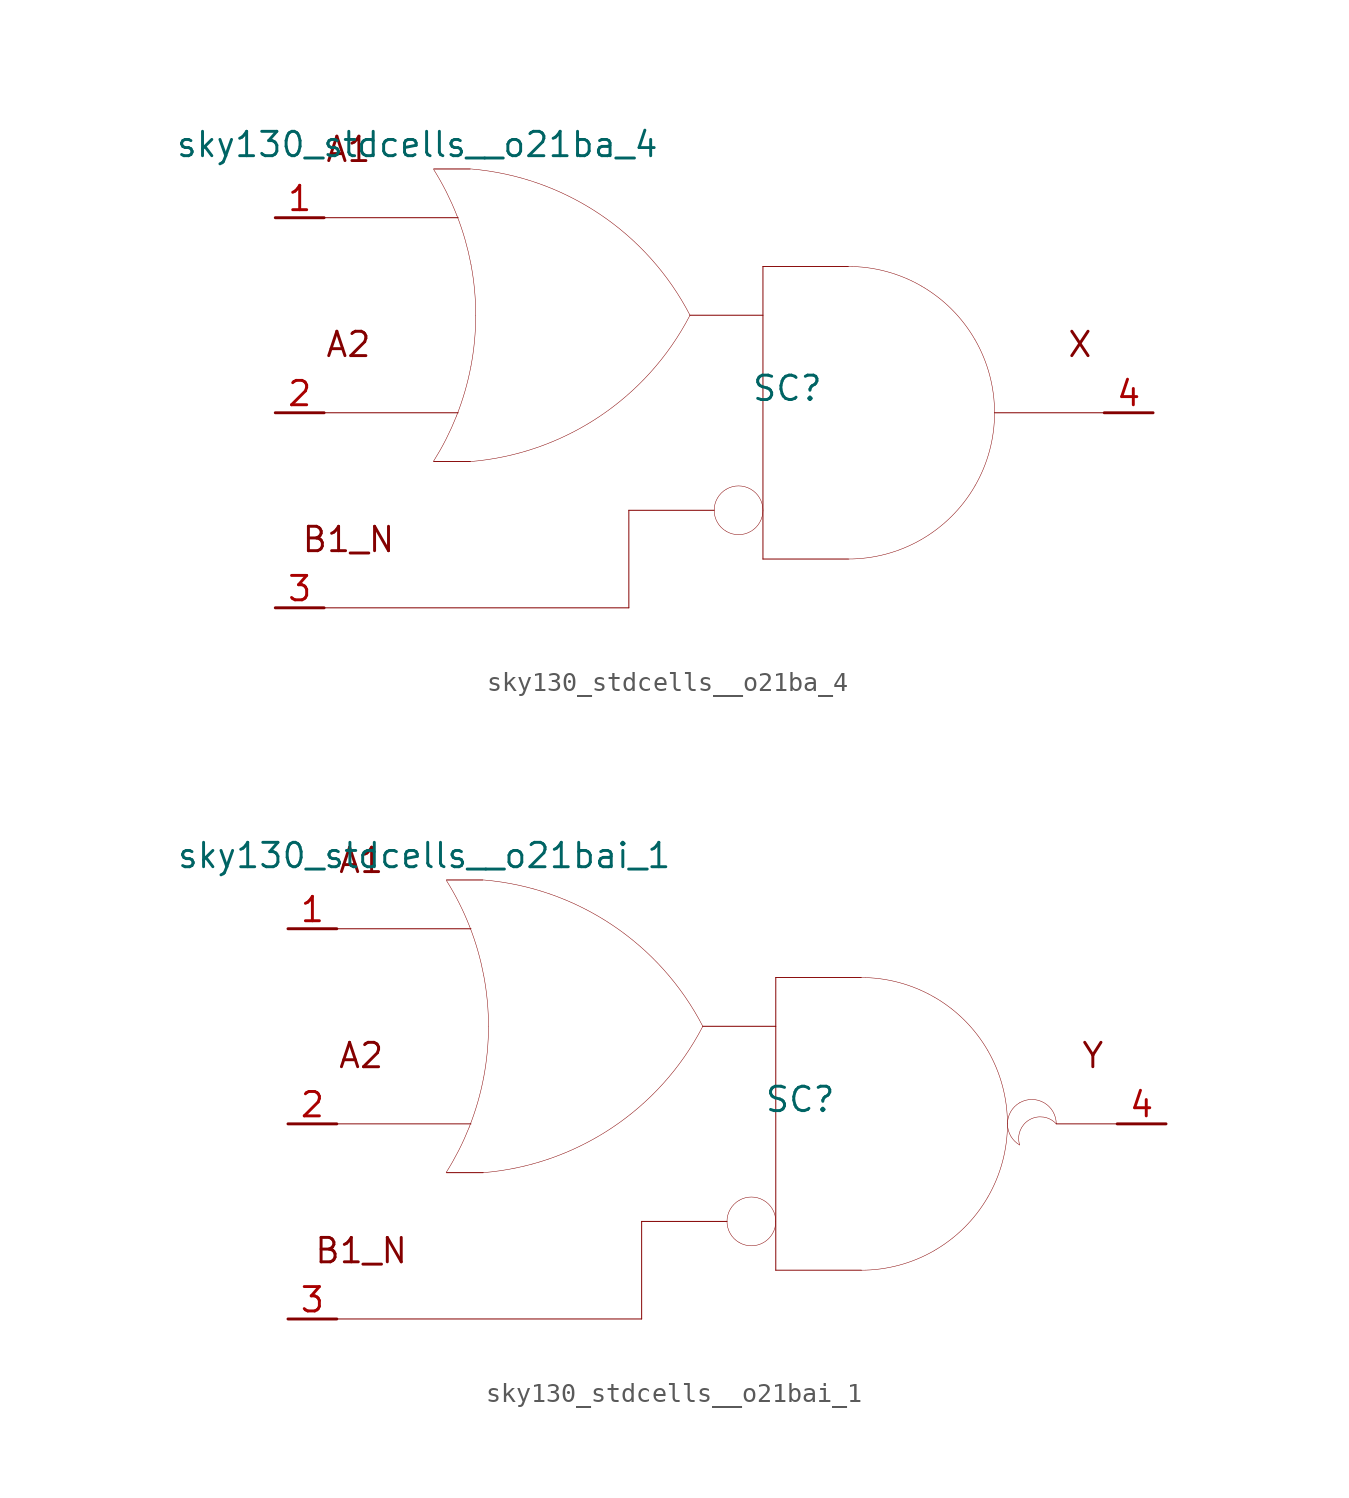
<source format=kicad_sym>
(kicad_symbol_lib
  (version 20211014)
  (generator kicad_symbol_editor)
  (symbol "sky130_stdcells__o21ba_4"
    (pin_names hide)
    (property "Reference" "SC"
      (at 3.81 1.27 0)
      (effects (font (size 1.27 1.27))))
    (property "Value" "sky130_stdcells__o21ba_4"
      (at -2.845 13.97 0)
      (effects (font (size 1.27 1.27)) (justify right)))
    (symbol "sky130_stdcells__o21ba_4_0_0"
      (arc (start -14.6255 -2.5342) (mid -13.968 -1.378) (end -13.4212 -0.1656) (stroke (width 0.0254) (type default) (color 0 0 0 0)) (fill (type none)))
      (arc (start -13.4212 -0.1656) (mid -12.9863 1.1045) (end -12.673 2.4099) (stroke (width 0.0254) (type default) (color 0 0 0 0)) (fill (type none)))
      (arc (start -13.403 10.2793) (mid -13.9512 11.5048) (end -14.6123 12.6732) (stroke (width 0.0254) (type default) (color 0 0 0 0)) (fill (type none)))
      (arc (start -12.705 -2.5431) (mid -6.011 -0.2186) (end -1.2741 5.0516) (stroke (width 0.0254) (type default) (color 0 0 0 0)) (fill (type none)))
      (arc (start -12.673 2.4099) (mid -12.4838 3.739) (end -12.4206 5.08) (stroke (width 0.0254) (type default) (color 0 0 0 0)) (fill (type none)))
      (arc (start -12.6684 7.7256) (mid -12.9761 9.0196) (end -13.403 10.2793) (stroke (width 0.0254) (type default) (color 0 0 0 0)) (fill (type none)))
      (arc (start -12.4206 5.08) (mid -12.4827 6.4086) (end -12.6684 7.7256) (stroke (width 0.0254) (type default) (color 0 0 0 0)) (fill (type none)))
      (arc (start -1.2513 5.0644) (mid -5.9698 10.351) (end -12.6556 12.6989) (stroke (width 0.0254) (type default) (color 0 0 0 0)) (fill (type none)))
      (polyline (pts (xy -20.32 -10.16) (xy -4.445 -10.16)) (stroke (width 0.051) (type default) (color 0 0 0 0)) (fill (type none)))
      (polyline (pts (xy -20.32 0) (xy -13.335 0)) (stroke (width 0.051) (type default) (color 0 0 0 0)) (fill (type none)))
      (polyline (pts (xy -20.32 10.16) (xy -13.335 10.16)) (stroke (width 0.051) (type default) (color 0 0 0 0)) (fill (type none)))
      (polyline (pts (xy -14.605 -2.54) (xy -12.7 -2.54)) (stroke (width 0.051) (type default) (color 0 0 0 0)) (fill (type none)))
      (polyline (pts (xy -14.605 12.7) (xy -12.7 12.7)) (stroke (width 0.051) (type default) (color 0 0 0 0)) (fill (type none)))
      (polyline (pts (xy -4.445 -5.08) (xy -4.445 -10.16)) (stroke (width 0.051) (type default) (color 0 0 0 0)) (fill (type none)))
      (polyline (pts (xy -4.445 -5.08) (xy 0 -5.08)) (stroke (width 0.051) (type default) (color 0 0 0 0)) (fill (type none)))
      (polyline (pts (xy -1.27 5.08) (xy 2.54 5.08)) (stroke (width 0.051) (type default) (color 0 0 0 0)) (fill (type none)))
      (polyline (pts (xy 2.54 -7.62) (xy 6.985 -7.62)) (stroke (width 0.051) (type default) (color 0 0 0 0)) (fill (type none)))
      (polyline (pts (xy 2.54 7.62) (xy 2.54 -7.62)) (stroke (width 0.051) (type default) (color 0 0 0 0)) (fill (type none)))
      (polyline (pts (xy 2.54 7.62) (xy 6.985 7.62)) (stroke (width 0.051) (type default) (color 0 0 0 0)) (fill (type none)))
      (polyline (pts (xy 14.605 0) (xy 20.32 0)) (stroke (width 0.051) (type default) (color 0 0 0 0)) (fill (type none)))
      (arc (start 0.635 -6.1799) (mid 1.905 -6.1799) (end 2.54 -5.08) (stroke (width 0.0254) (type default) (color 0 0 0 0)) (fill (type none)))
      (arc (start 0.635 -3.9801) (mid 0 -5.08) (end 0.635 -6.1799) (stroke (width 0.0254) (type default) (color 0 0 0 0)) (fill (type none)))
      (arc (start 2.54 -5.08) (mid 1.905 -3.9802) (end 0.635 -3.9801) (stroke (width 0.0254) (type default) (color 0 0 0 0)) (fill (type none)))
      (arc (start 6.985 -7.62) (mid 8.9572 -7.3604) (end 10.795 -6.5991) (stroke (width 0.0254) (type default) (color 0 0 0 0)) (fill (type none)))
      (arc (start 10.795 -6.5991) (mid 12.3731 -5.3881) (end 13.5841 -3.81) (stroke (width 0.0254) (type default) (color 0 0 0 0)) (fill (type none)))
      (arc (start 10.795 6.5991) (mid 8.9572 7.3603) (end 6.985 7.62) (stroke (width 0.0254) (type default) (color 0 0 0 0)) (fill (type none)))
      (arc (start 13.5841 -3.81) (mid 14.3453 -1.9722) (end 14.605 0) (stroke (width 0.0254) (type default) (color 0 0 0 0)) (fill (type none)))
      (arc (start 13.5841 3.81) (mid 12.3731 5.3881) (end 10.795 6.5991) (stroke (width 0.0254) (type default) (color 0 0 0 0)) (fill (type none)))
      (arc (start 14.605 0) (mid 14.3454 1.9722) (end 13.5841 3.81) (stroke (width 0.0254) (type default) (color 0 0 0 0)) (fill (type none)))
      (text "A1" (at -19.05 13.716 0) (effects (font (size 1.27 1.27))))
      (text "A2" (at -19.05 3.556 0) (effects (font (size 1.27 1.27))))
      (text "B1_N" (at -19.05 -6.604 0) (effects (font (size 1.27 1.27))))
      (text "X" (at 19.05 3.556 0) (effects (font (size 1.27 1.27)))))
    (symbol "sky130_stdcells__o21ba_4_1_1"
      (pin input line (at -22.86 10.16 0) (length 2.54) (name "A1" (effects (font (size 1.092 1.092)))) (number "1" (effects (font (size 1.27 1.27)))))
      (pin input line (at -22.86 0 0) (length 2.54) (name "A2" (effects (font (size 1.092 1.092)))) (number "2" (effects (font (size 1.27 1.27)))))
      (pin input line (at -22.86 -10.16 0) (length 2.54) (name "B1_N" (effects (font (size 1.092 1.092)))) (number "3" (effects (font (size 1.27 1.27)))))
      (pin output line (at 22.86 0 180) (length 2.54) (name "X" (effects (font (size 1.092 1.092)))) (number "4" (effects (font (size 1.27 1.27)))))))
  (symbol "sky130_stdcells__o21bai_1"
    (pin_names hide)
    (property "Reference" "SC"
      (at 3.81 1.27 0)
      (effects (font (size 1.27 1.27))))
    (property "Value" "sky130_stdcells__o21bai_1"
      (at -2.845 13.97 0)
      (effects (font (size 1.27 1.27)) (justify right)))
    (symbol "sky130_stdcells__o21bai_1_0_0"
      (arc (start -14.6255 -2.5342) (mid -13.968 -1.378) (end -13.4212 -0.1656) (stroke (width 0.0254) (type default) (color 0 0 0 0)) (fill (type none)))
      (arc (start -13.4212 -0.1656) (mid -12.9863 1.1045) (end -12.673 2.4099) (stroke (width 0.0254) (type default) (color 0 0 0 0)) (fill (type none)))
      (arc (start -13.403 10.2793) (mid -13.9512 11.5048) (end -14.6123 12.6732) (stroke (width 0.0254) (type default) (color 0 0 0 0)) (fill (type none)))
      (arc (start -12.705 -2.5431) (mid -6.011 -0.2186) (end -1.2741 5.0516) (stroke (width 0.0254) (type default) (color 0 0 0 0)) (fill (type none)))
      (arc (start -12.673 2.4099) (mid -12.4838 3.739) (end -12.4206 5.08) (stroke (width 0.0254) (type default) (color 0 0 0 0)) (fill (type none)))
      (arc (start -12.6684 7.7256) (mid -12.9761 9.0196) (end -13.403 10.2793) (stroke (width 0.0254) (type default) (color 0 0 0 0)) (fill (type none)))
      (arc (start -12.4206 5.08) (mid -12.4827 6.4086) (end -12.6684 7.7256) (stroke (width 0.0254) (type default) (color 0 0 0 0)) (fill (type none)))
      (arc (start -1.2513 5.0644) (mid -5.9698 10.351) (end -12.6556 12.6989) (stroke (width 0.0254) (type default) (color 0 0 0 0)) (fill (type none)))
      (polyline (pts (xy -20.32 -10.16) (xy -4.445 -10.16)) (stroke (width 0.051) (type default) (color 0 0 0 0)) (fill (type none)))
      (polyline (pts (xy -20.32 0) (xy -13.335 0)) (stroke (width 0.051) (type default) (color 0 0 0 0)) (fill (type none)))
      (polyline (pts (xy -20.32 10.16) (xy -13.335 10.16)) (stroke (width 0.051) (type default) (color 0 0 0 0)) (fill (type none)))
      (polyline (pts (xy -14.605 -2.54) (xy -12.7 -2.54)) (stroke (width 0.051) (type default) (color 0 0 0 0)) (fill (type none)))
      (polyline (pts (xy -14.605 12.7) (xy -12.7 12.7)) (stroke (width 0.051) (type default) (color 0 0 0 0)) (fill (type none)))
      (polyline (pts (xy -4.445 -5.08) (xy -4.445 -10.16)) (stroke (width 0.051) (type default) (color 0 0 0 0)) (fill (type none)))
      (polyline (pts (xy -4.445 -5.08) (xy 0 -5.08)) (stroke (width 0.051) (type default) (color 0 0 0 0)) (fill (type none)))
      (polyline (pts (xy -1.27 5.08) (xy 2.54 5.08)) (stroke (width 0.051) (type default) (color 0 0 0 0)) (fill (type none)))
      (polyline (pts (xy 2.54 -7.62) (xy 6.985 -7.62)) (stroke (width 0.051) (type default) (color 0 0 0 0)) (fill (type none)))
      (polyline (pts (xy 2.54 7.62) (xy 2.54 -7.62)) (stroke (width 0.051) (type default) (color 0 0 0 0)) (fill (type none)))
      (polyline (pts (xy 2.54 7.62) (xy 6.985 7.62)) (stroke (width 0.051) (type default) (color 0 0 0 0)) (fill (type none)))
      (polyline (pts (xy 17.145 0) (xy 20.32 0)) (stroke (width 0.051) (type default) (color 0 0 0 0)) (fill (type none)))
      (arc (start 0.635 -6.1799) (mid 1.905 -6.1799) (end 2.54 -5.08) (stroke (width 0.0254) (type default) (color 0 0 0 0)) (fill (type none)))
      (arc (start 0.635 -3.9801) (mid 0 -5.08) (end 0.635 -6.1799) (stroke (width 0.0254) (type default) (color 0 0 0 0)) (fill (type none)))
      (arc (start 2.54 -5.08) (mid 1.905 -3.9802) (end 0.635 -3.9801) (stroke (width 0.0254) (type default) (color 0 0 0 0)) (fill (type none)))
      (arc (start 6.985 -7.62) (mid 8.9572 -7.3604) (end 10.795 -6.5991) (stroke (width 0.0254) (type default) (color 0 0 0 0)) (fill (type none)))
      (arc (start 10.795 -6.5991) (mid 12.3731 -5.3881) (end 13.5841 -3.81) (stroke (width 0.0254) (type default) (color 0 0 0 0)) (fill (type none)))
      (arc (start 10.795 6.5991) (mid 8.9572 7.3603) (end 6.985 7.62) (stroke (width 0.0254) (type default) (color 0 0 0 0)) (fill (type none)))
      (arc (start 13.5841 -3.81) (mid 14.3453 -1.9722) (end 14.605 0) (stroke (width 0.0254) (type default) (color 0 0 0 0)) (fill (type none)))
      (arc (start 13.5841 3.81) (mid 12.3731 5.3881) (end 10.795 6.5991) (stroke (width 0.0254) (type default) (color 0 0 0 0)) (fill (type none)))
      (arc (start 14.605 0) (mid 14.3454 1.9722) (end 13.5841 3.81) (stroke (width 0.0254) (type default) (color 0 0 0 0)) (fill (type none)))
      (arc (start 15.24 1.0999) (mid 14.605 0) (end 15.24 -1.0999) (stroke (width 0.0254) (type default) (color 0 0 0 0)) (fill (type none)))
      (arc (start 17.145 0) (mid 15.2881 0.4743) (end 15.24 -1.0999) (stroke (width 0.0254) (type default) (color 0 0 0 0)) (fill (type none)))
      (arc (start 17.145 0) (mid 16.51 1.0998) (end 15.24 1.0999) (stroke (width 0.0254) (type default) (color 0 0 0 0)) (fill (type none)))
      (text "A1" (at -19.05 13.716 0) (effects (font (size 1.27 1.27))))
      (text "A2" (at -19.05 3.556 0) (effects (font (size 1.27 1.27))))
      (text "B1_N" (at -19.05 -6.604 0) (effects (font (size 1.27 1.27))))
      (text "Y" (at 19.05 3.556 0) (effects (font (size 1.27 1.27)))))
    (symbol "sky130_stdcells__o21bai_1_1_1"
      (pin input line (at -22.86 10.16 0) (length 2.54) (name "A1" (effects (font (size 1.092 1.092)))) (number "1" (effects (font (size 1.27 1.27)))))
      (pin input line (at -22.86 0 0) (length 2.54) (name "A2" (effects (font (size 1.092 1.092)))) (number "2" (effects (font (size 1.27 1.27)))))
      (pin input line (at -22.86 -10.16 0) (length 2.54) (name "B1_N" (effects (font (size 1.092 1.092)))) (number "3" (effects (font (size 1.27 1.27)))))
      (pin output line (at 22.86 0 180) (length 2.54) (name "Y" (effects (font (size 1.092 1.092)))) (number "4" (effects (font (size 1.27 1.27))))))))
</source>
